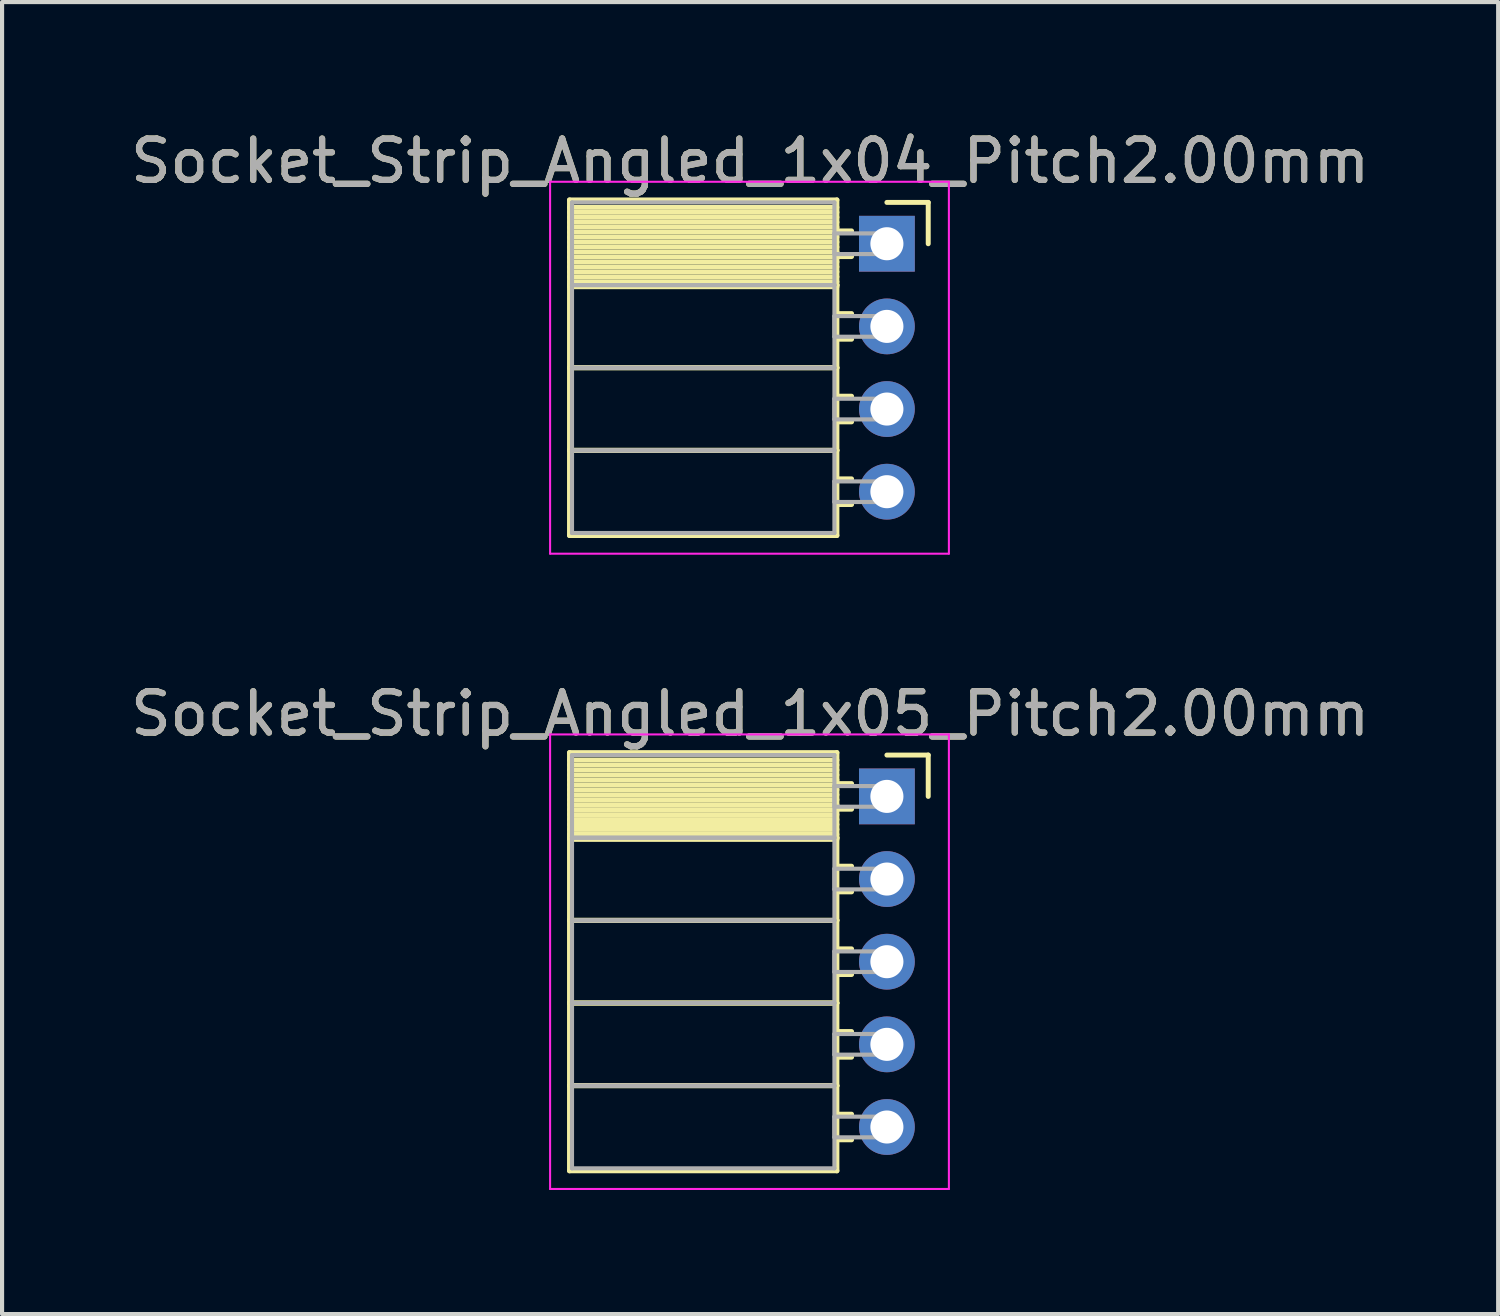
<source format=kicad_pcb>
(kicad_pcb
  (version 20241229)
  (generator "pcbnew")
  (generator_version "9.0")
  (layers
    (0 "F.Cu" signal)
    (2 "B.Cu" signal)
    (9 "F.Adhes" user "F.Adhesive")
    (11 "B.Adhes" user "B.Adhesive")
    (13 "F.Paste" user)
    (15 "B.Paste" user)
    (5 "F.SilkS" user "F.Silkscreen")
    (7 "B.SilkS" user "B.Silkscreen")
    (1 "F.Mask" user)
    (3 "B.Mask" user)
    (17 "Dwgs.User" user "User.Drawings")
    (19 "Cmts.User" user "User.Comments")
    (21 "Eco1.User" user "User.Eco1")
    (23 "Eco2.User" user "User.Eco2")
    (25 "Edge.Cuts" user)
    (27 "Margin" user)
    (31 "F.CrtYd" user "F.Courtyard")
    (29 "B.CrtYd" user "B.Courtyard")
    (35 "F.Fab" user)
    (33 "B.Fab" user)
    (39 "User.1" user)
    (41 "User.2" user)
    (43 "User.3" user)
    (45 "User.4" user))
  (footprint "Socket_Strip_Angled_1x04_Pitch2.00mm"
    (layer "F.Cu")
    (at 18.411 2.848)
    (property "Reference" "Socket_Strip_Angled_1x04_Pitch2.00mm" (at -3.31 -2 0) (layer "F.SilkS") (effects (font (size 1 1) (thickness 0.15))))
    (attr through_hole)
    (fp_line (start -7.68 -1.06) (end -1.21 -1.06) (stroke (width 0.12) (type solid)) (layer "F.SilkS"))
    (fp_line (start -7.68 1) (end -7.68 -1.06) (stroke (width 0.12) (type solid)) (layer "F.SilkS"))
    (fp_line (start -7.68 1) (end -1.21 1) (stroke (width 0.12) (type solid)) (layer "F.SilkS"))
    (fp_line (start -7.68 3) (end -7.68 1) (stroke (width 0.12) (type solid)) (layer "F.SilkS"))
    (fp_line (start -7.68 3) (end -1.21 3) (stroke (width 0.12) (type solid)) (layer "F.SilkS"))
    (fp_line (start -7.68 5) (end -7.68 3) (stroke (width 0.12) (type solid)) (layer "F.SilkS"))
    (fp_line (start -7.68 5) (end -1.21 5) (stroke (width 0.12) (type solid)) (layer "F.SilkS"))
    (fp_line (start -7.68 7.06) (end -7.68 5) (stroke (width 0.12) (type solid)) (layer "F.SilkS"))
    (fp_line (start -1.21 -1.06) (end -1.21 1) (stroke (width 0.12) (type solid)) (layer "F.SilkS"))
    (fp_line (start -1.21 -0.88) (end -7.68 -0.88) (stroke (width 0.12) (type solid)) (layer "F.SilkS"))
    (fp_line (start -1.21 -0.76) (end -7.68 -0.76) (stroke (width 0.12) (type solid)) (layer "F.SilkS"))
    (fp_line (start -1.21 -0.64) (end -7.68 -0.64) (stroke (width 0.12) (type solid)) (layer "F.SilkS"))
    (fp_line (start -1.21 -0.52) (end -7.68 -0.52) (stroke (width 0.12) (type solid)) (layer "F.SilkS"))
    (fp_line (start -1.21 -0.4) (end -7.68 -0.4) (stroke (width 0.12) (type solid)) (layer "F.SilkS"))
    (fp_line (start -1.21 -0.28) (end -7.68 -0.28) (stroke (width 0.12) (type solid)) (layer "F.SilkS"))
    (fp_line (start -1.21 -0.16) (end -7.68 -0.16) (stroke (width 0.12) (type solid)) (layer "F.SilkS"))
    (fp_line (start -1.21 -0.04) (end -7.68 -0.04) (stroke (width 0.12) (type solid)) (layer "F.SilkS"))
    (fp_line (start -1.21 0.08) (end -7.68 0.08) (stroke (width 0.12) (type solid)) (layer "F.SilkS"))
    (fp_line (start -1.21 0.2) (end -7.68 0.2) (stroke (width 0.12) (type solid)) (layer "F.SilkS"))
    (fp_line (start -1.21 0.32) (end -7.68 0.32) (stroke (width 0.12) (type solid)) (layer "F.SilkS"))
    (fp_line (start -1.21 0.44) (end -7.68 0.44) (stroke (width 0.12) (type solid)) (layer "F.SilkS"))
    (fp_line (start -1.21 0.56) (end -7.68 0.56) (stroke (width 0.12) (type solid)) (layer "F.SilkS"))
    (fp_line (start -1.21 0.68) (end -7.68 0.68) (stroke (width 0.12) (type solid)) (layer "F.SilkS"))
    (fp_line (start -1.21 0.8) (end -7.68 0.8) (stroke (width 0.12) (type solid)) (layer "F.SilkS"))
    (fp_line (start -1.21 0.92) (end -7.68 0.92) (stroke (width 0.12) (type solid)) (layer "F.SilkS"))
    (fp_line (start -1.21 1) (end -7.68 1) (stroke (width 0.12) (type solid)) (layer "F.SilkS"))
    (fp_line (start -1.21 1) (end -1.21 3) (stroke (width 0.12) (type solid)) (layer "F.SilkS"))
    (fp_line (start -1.21 1.04) (end -7.68 1.04) (stroke (width 0.12) (type solid)) (layer "F.SilkS"))
    (fp_line (start -1.21 3) (end -7.68 3) (stroke (width 0.12) (type solid)) (layer "F.SilkS"))
    (fp_line (start -1.21 3) (end -1.21 5) (stroke (width 0.12) (type solid)) (layer "F.SilkS"))
    (fp_line (start -1.21 5) (end -7.68 5) (stroke (width 0.12) (type solid)) (layer "F.SilkS"))
    (fp_line (start -1.21 5) (end -1.21 7.06) (stroke (width 0.12) (type solid)) (layer "F.SilkS"))
    (fp_line (start -1.21 7.06) (end -7.68 7.06) (stroke (width 0.12) (type solid)) (layer "F.SilkS"))
    (fp_line (start -0.855 -0.31) (end -1.21 -0.31) (stroke (width 0.12) (type solid)) (layer "F.SilkS"))
    (fp_line (start -0.855 0.31) (end -1.21 0.31) (stroke (width 0.12) (type solid)) (layer "F.SilkS"))
    (fp_line (start -0.855 1.69) (end -1.21 1.69) (stroke (width 0.12) (type solid)) (layer "F.SilkS"))
    (fp_line (start -0.855 2.31) (end -1.21 2.31) (stroke (width 0.12) (type solid)) (layer "F.SilkS"))
    (fp_line (start -0.855 3.69) (end -1.21 3.69) (stroke (width 0.12) (type solid)) (layer "F.SilkS"))
    (fp_line (start -0.855 4.31) (end -1.21 4.31) (stroke (width 0.12) (type solid)) (layer "F.SilkS"))
    (fp_line (start -0.855 5.69) (end -1.21 5.69) (stroke (width 0.12) (type solid)) (layer "F.SilkS"))
    (fp_line (start -0.855 6.31) (end -1.21 6.31) (stroke (width 0.12) (type solid)) (layer "F.SilkS"))
    (fp_line (start 0 -1) (end 1 -1) (stroke (width 0.12) (type solid)) (layer "F.SilkS"))
    (fp_line (start 1 -1) (end 1 0) (stroke (width 0.12) (type solid)) (layer "F.SilkS"))
    (fp_line (start -8.15 -1.5) (end 1.5 -1.5) (stroke (width 0.05) (type solid)) (layer "F.CrtYd"))
    (fp_line (start -8.15 7.5) (end -8.15 -1.5) (stroke (width 0.05) (type solid)) (layer "F.CrtYd"))
    (fp_line (start 1.5 -1.5) (end 1.5 7.5) (stroke (width 0.05) (type solid)) (layer "F.CrtYd"))
    (fp_line (start 1.5 7.5) (end -8.15 7.5) (stroke (width 0.05) (type solid)) (layer "F.CrtYd"))
    (fp_line (start -7.62 -1) (end -1.27 -1) (stroke (width 0.1) (type solid)) (layer "F.Fab"))
    (fp_line (start -7.62 1) (end -7.62 -1) (stroke (width 0.1) (type solid)) (layer "F.Fab"))
    (fp_line (start -7.62 1) (end -1.27 1) (stroke (width 0.1) (type solid)) (layer "F.Fab"))
    (fp_line (start -7.62 3) (end -7.62 1) (stroke (width 0.1) (type solid)) (layer "F.Fab"))
    (fp_line (start -7.62 3) (end -1.27 3) (stroke (width 0.1) (type solid)) (layer "F.Fab"))
    (fp_line (start -7.62 5) (end -7.62 3) (stroke (width 0.1) (type solid)) (layer "F.Fab"))
    (fp_line (start -7.62 5) (end -1.27 5) (stroke (width 0.1) (type solid)) (layer "F.Fab"))
    (fp_line (start -7.62 7) (end -7.62 5) (stroke (width 0.1) (type solid)) (layer "F.Fab"))
    (fp_line (start -1.27 -1) (end -1.27 1) (stroke (width 0.1) (type solid)) (layer "F.Fab"))
    (fp_line (start -1.27 -0.25) (end 0 -0.25) (stroke (width 0.1) (type solid)) (layer "F.Fab"))
    (fp_line (start -1.27 0.25) (end -1.27 -0.25) (stroke (width 0.1) (type solid)) (layer "F.Fab"))
    (fp_line (start -1.27 1) (end -7.62 1) (stroke (width 0.1) (type solid)) (layer "F.Fab"))
    (fp_line (start -1.27 1) (end -1.27 3) (stroke (width 0.1) (type solid)) (layer "F.Fab"))
    (fp_line (start -1.27 1.75) (end 0 1.75) (stroke (width 0.1) (type solid)) (layer "F.Fab"))
    (fp_line (start -1.27 2.25) (end -1.27 1.75) (stroke (width 0.1) (type solid)) (layer "F.Fab"))
    (fp_line (start -1.27 3) (end -7.62 3) (stroke (width 0.1) (type solid)) (layer "F.Fab"))
    (fp_line (start -1.27 3) (end -1.27 5) (stroke (width 0.1) (type solid)) (layer "F.Fab"))
    (fp_line (start -1.27 3.75) (end 0 3.75) (stroke (width 0.1) (type solid)) (layer "F.Fab"))
    (fp_line (start -1.27 4.25) (end -1.27 3.75) (stroke (width 0.1) (type solid)) (layer "F.Fab"))
    (fp_line (start -1.27 5) (end -7.62 5) (stroke (width 0.1) (type solid)) (layer "F.Fab"))
    (fp_line (start -1.27 5) (end -1.27 7) (stroke (width 0.1) (type solid)) (layer "F.Fab"))
    (fp_line (start -1.27 5.75) (end 0 5.75) (stroke (width 0.1) (type solid)) (layer "F.Fab"))
    (fp_line (start -1.27 6.25) (end -1.27 5.75) (stroke (width 0.1) (type solid)) (layer "F.Fab"))
    (fp_line (start -1.27 7) (end -7.62 7) (stroke (width 0.1) (type solid)) (layer "F.Fab"))
    (fp_line (start 0 -0.25) (end 0 0.25) (stroke (width 0.1) (type solid)) (layer "F.Fab"))
    (fp_line (start 0 0.25) (end -1.27 0.25) (stroke (width 0.1) (type solid)) (layer "F.Fab"))
    (fp_line (start 0 1.75) (end 0 2.25) (stroke (width 0.1) (type solid)) (layer "F.Fab"))
    (fp_line (start 0 2.25) (end -1.27 2.25) (stroke (width 0.1) (type solid)) (layer "F.Fab"))
    (fp_line (start 0 3.75) (end 0 4.25) (stroke (width 0.1) (type solid)) (layer "F.Fab"))
    (fp_line (start 0 4.25) (end -1.27 4.25) (stroke (width 0.1) (type solid)) (layer "F.Fab"))
    (fp_line (start 0 5.75) (end 0 6.25) (stroke (width 0.1) (type solid)) (layer "F.Fab"))
    (fp_line (start 0 6.25) (end -1.27 6.25) (stroke (width 0.1) (type solid)) (layer "F.Fab"))
    (fp_text user "${REFERENCE}" (at -3.31 -2 0) (layer "F.Fab") (effects (font (size 1 1) (thickness 0.15))))
    (pad "1" thru_hole rect (at 0 0) (size 1.35 1.35) (drill 0.8) (layers "*.Cu" "*.Mask"))
    (pad "2" thru_hole oval (at 0 2) (size 1.35 1.35) (drill 0.8) (layers "*.Cu" "*.Mask"))
    (pad "3" thru_hole oval (at 0 4) (size 1.35 1.35) (drill 0.8) (layers "*.Cu" "*.Mask"))
    (pad "4" thru_hole oval (at 0 6) (size 1.35 1.35) (drill 0.8) (layers "*.Cu" "*.Mask")))
  (footprint "Socket_Strip_Angled_1x05_Pitch2.00mm"
    (layer "F.Cu")
    (at 18.411 16.221)
    (property "Reference" "Socket_Strip_Angled_1x05_Pitch2.00mm" (at -3.31 -2 0) (layer "F.SilkS") (effects (font (size 1 1) (thickness 0.15))))
    (attr through_hole)
    (fp_line (start -7.68 -1.06) (end -1.21 -1.06) (stroke (width 0.12) (type solid)) (layer "F.SilkS"))
    (fp_line (start -7.68 1) (end -7.68 -1.06) (stroke (width 0.12) (type solid)) (layer "F.SilkS"))
    (fp_line (start -7.68 1) (end -1.21 1) (stroke (width 0.12) (type solid)) (layer "F.SilkS"))
    (fp_line (start -7.68 3) (end -7.68 1) (stroke (width 0.12) (type solid)) (layer "F.SilkS"))
    (fp_line (start -7.68 3) (end -1.21 3) (stroke (width 0.12) (type solid)) (layer "F.SilkS"))
    (fp_line (start -7.68 5) (end -7.68 3) (stroke (width 0.12) (type solid)) (layer "F.SilkS"))
    (fp_line (start -7.68 5) (end -1.21 5) (stroke (width 0.12) (type solid)) (layer "F.SilkS"))
    (fp_line (start -7.68 7) (end -7.68 5) (stroke (width 0.12) (type solid)) (layer "F.SilkS"))
    (fp_line (start -7.68 7) (end -1.21 7) (stroke (width 0.12) (type solid)) (layer "F.SilkS"))
    (fp_line (start -7.68 9.06) (end -7.68 7) (stroke (width 0.12) (type solid)) (layer "F.SilkS"))
    (fp_line (start -1.21 -1.06) (end -1.21 1) (stroke (width 0.12) (type solid)) (layer "F.SilkS"))
    (fp_line (start -1.21 -0.88) (end -7.68 -0.88) (stroke (width 0.12) (type solid)) (layer "F.SilkS"))
    (fp_line (start -1.21 -0.76) (end -7.68 -0.76) (stroke (width 0.12) (type solid)) (layer "F.SilkS"))
    (fp_line (start -1.21 -0.64) (end -7.68 -0.64) (stroke (width 0.12) (type solid)) (layer "F.SilkS"))
    (fp_line (start -1.21 -0.52) (end -7.68 -0.52) (stroke (width 0.12) (type solid)) (layer "F.SilkS"))
    (fp_line (start -1.21 -0.4) (end -7.68 -0.4) (stroke (width 0.12) (type solid)) (layer "F.SilkS"))
    (fp_line (start -1.21 -0.28) (end -7.68 -0.28) (stroke (width 0.12) (type solid)) (layer "F.SilkS"))
    (fp_line (start -1.21 -0.16) (end -7.68 -0.16) (stroke (width 0.12) (type solid)) (layer "F.SilkS"))
    (fp_line (start -1.21 -0.04) (end -7.68 -0.04) (stroke (width 0.12) (type solid)) (layer "F.SilkS"))
    (fp_line (start -1.21 0.08) (end -7.68 0.08) (stroke (width 0.12) (type solid)) (layer "F.SilkS"))
    (fp_line (start -1.21 0.2) (end -7.68 0.2) (stroke (width 0.12) (type solid)) (layer "F.SilkS"))
    (fp_line (start -1.21 0.32) (end -7.68 0.32) (stroke (width 0.12) (type solid)) (layer "F.SilkS"))
    (fp_line (start -1.21 0.44) (end -7.68 0.44) (stroke (width 0.12) (type solid)) (layer "F.SilkS"))
    (fp_line (start -1.21 0.56) (end -7.68 0.56) (stroke (width 0.12) (type solid)) (layer "F.SilkS"))
    (fp_line (start -1.21 0.68) (end -7.68 0.68) (stroke (width 0.12) (type solid)) (layer "F.SilkS"))
    (fp_line (start -1.21 0.8) (end -7.68 0.8) (stroke (width 0.12) (type solid)) (layer "F.SilkS"))
    (fp_line (start -1.21 0.92) (end -7.68 0.92) (stroke (width 0.12) (type solid)) (layer "F.SilkS"))
    (fp_line (start -1.21 1) (end -7.68 1) (stroke (width 0.12) (type solid)) (layer "F.SilkS"))
    (fp_line (start -1.21 1) (end -1.21 3) (stroke (width 0.12) (type solid)) (layer "F.SilkS"))
    (fp_line (start -1.21 1.04) (end -7.68 1.04) (stroke (width 0.12) (type solid)) (layer "F.SilkS"))
    (fp_line (start -1.21 3) (end -7.68 3) (stroke (width 0.12) (type solid)) (layer "F.SilkS"))
    (fp_line (start -1.21 3) (end -1.21 5) (stroke (width 0.12) (type solid)) (layer "F.SilkS"))
    (fp_line (start -1.21 5) (end -7.68 5) (stroke (width 0.12) (type solid)) (layer "F.SilkS"))
    (fp_line (start -1.21 5) (end -1.21 7) (stroke (width 0.12) (type solid)) (layer "F.SilkS"))
    (fp_line (start -1.21 7) (end -7.68 7) (stroke (width 0.12) (type solid)) (layer "F.SilkS"))
    (fp_line (start -1.21 7) (end -1.21 9.06) (stroke (width 0.12) (type solid)) (layer "F.SilkS"))
    (fp_line (start -1.21 9.06) (end -7.68 9.06) (stroke (width 0.12) (type solid)) (layer "F.SilkS"))
    (fp_line (start -0.855 -0.31) (end -1.21 -0.31) (stroke (width 0.12) (type solid)) (layer "F.SilkS"))
    (fp_line (start -0.855 0.31) (end -1.21 0.31) (stroke (width 0.12) (type solid)) (layer "F.SilkS"))
    (fp_line (start -0.855 1.69) (end -1.21 1.69) (stroke (width 0.12) (type solid)) (layer "F.SilkS"))
    (fp_line (start -0.855 2.31) (end -1.21 2.31) (stroke (width 0.12) (type solid)) (layer "F.SilkS"))
    (fp_line (start -0.855 3.69) (end -1.21 3.69) (stroke (width 0.12) (type solid)) (layer "F.SilkS"))
    (fp_line (start -0.855 4.31) (end -1.21 4.31) (stroke (width 0.12) (type solid)) (layer "F.SilkS"))
    (fp_line (start -0.855 5.69) (end -1.21 5.69) (stroke (width 0.12) (type solid)) (layer "F.SilkS"))
    (fp_line (start -0.855 6.31) (end -1.21 6.31) (stroke (width 0.12) (type solid)) (layer "F.SilkS"))
    (fp_line (start -0.855 7.69) (end -1.21 7.69) (stroke (width 0.12) (type solid)) (layer "F.SilkS"))
    (fp_line (start -0.855 8.31) (end -1.21 8.31) (stroke (width 0.12) (type solid)) (layer "F.SilkS"))
    (fp_line (start 0 -1) (end 1 -1) (stroke (width 0.12) (type solid)) (layer "F.SilkS"))
    (fp_line (start 1 -1) (end 1 0) (stroke (width 0.12) (type solid)) (layer "F.SilkS"))
    (fp_line (start -8.15 -1.5) (end 1.5 -1.5) (stroke (width 0.05) (type solid)) (layer "F.CrtYd"))
    (fp_line (start -8.15 9.5) (end -8.15 -1.5) (stroke (width 0.05) (type solid)) (layer "F.CrtYd"))
    (fp_line (start 1.5 -1.5) (end 1.5 9.5) (stroke (width 0.05) (type solid)) (layer "F.CrtYd"))
    (fp_line (start 1.5 9.5) (end -8.15 9.5) (stroke (width 0.05) (type solid)) (layer "F.CrtYd"))
    (fp_line (start -7.62 -1) (end -1.27 -1) (stroke (width 0.1) (type solid)) (layer "F.Fab"))
    (fp_line (start -7.62 1) (end -7.62 -1) (stroke (width 0.1) (type solid)) (layer "F.Fab"))
    (fp_line (start -7.62 1) (end -1.27 1) (stroke (width 0.1) (type solid)) (layer "F.Fab"))
    (fp_line (start -7.62 3) (end -7.62 1) (stroke (width 0.1) (type solid)) (layer "F.Fab"))
    (fp_line (start -7.62 3) (end -1.27 3) (stroke (width 0.1) (type solid)) (layer "F.Fab"))
    (fp_line (start -7.62 5) (end -7.62 3) (stroke (width 0.1) (type solid)) (layer "F.Fab"))
    (fp_line (start -7.62 5) (end -1.27 5) (stroke (width 0.1) (type solid)) (layer "F.Fab"))
    (fp_line (start -7.62 7) (end -7.62 5) (stroke (width 0.1) (type solid)) (layer "F.Fab"))
    (fp_line (start -7.62 7) (end -1.27 7) (stroke (width 0.1) (type solid)) (layer "F.Fab"))
    (fp_line (start -7.62 9) (end -7.62 7) (stroke (width 0.1) (type solid)) (layer "F.Fab"))
    (fp_line (start -1.27 -1) (end -1.27 1) (stroke (width 0.1) (type solid)) (layer "F.Fab"))
    (fp_line (start -1.27 -0.25) (end 0 -0.25) (stroke (width 0.1) (type solid)) (layer "F.Fab"))
    (fp_line (start -1.27 0.25) (end -1.27 -0.25) (stroke (width 0.1) (type solid)) (layer "F.Fab"))
    (fp_line (start -1.27 1) (end -7.62 1) (stroke (width 0.1) (type solid)) (layer "F.Fab"))
    (fp_line (start -1.27 1) (end -1.27 3) (stroke (width 0.1) (type solid)) (layer "F.Fab"))
    (fp_line (start -1.27 1.75) (end 0 1.75) (stroke (width 0.1) (type solid)) (layer "F.Fab"))
    (fp_line (start -1.27 2.25) (end -1.27 1.75) (stroke (width 0.1) (type solid)) (layer "F.Fab"))
    (fp_line (start -1.27 3) (end -7.62 3) (stroke (width 0.1) (type solid)) (layer "F.Fab"))
    (fp_line (start -1.27 3) (end -1.27 5) (stroke (width 0.1) (type solid)) (layer "F.Fab"))
    (fp_line (start -1.27 3.75) (end 0 3.75) (stroke (width 0.1) (type solid)) (layer "F.Fab"))
    (fp_line (start -1.27 4.25) (end -1.27 3.75) (stroke (width 0.1) (type solid)) (layer "F.Fab"))
    (fp_line (start -1.27 5) (end -7.62 5) (stroke (width 0.1) (type solid)) (layer "F.Fab"))
    (fp_line (start -1.27 5) (end -1.27 7) (stroke (width 0.1) (type solid)) (layer "F.Fab"))
    (fp_line (start -1.27 5.75) (end 0 5.75) (stroke (width 0.1) (type solid)) (layer "F.Fab"))
    (fp_line (start -1.27 6.25) (end -1.27 5.75) (stroke (width 0.1) (type solid)) (layer "F.Fab"))
    (fp_line (start -1.27 7) (end -7.62 7) (stroke (width 0.1) (type solid)) (layer "F.Fab"))
    (fp_line (start -1.27 7) (end -1.27 9) (stroke (width 0.1) (type solid)) (layer "F.Fab"))
    (fp_line (start -1.27 7.75) (end 0 7.75) (stroke (width 0.1) (type solid)) (layer "F.Fab"))
    (fp_line (start -1.27 8.25) (end -1.27 7.75) (stroke (width 0.1) (type solid)) (layer "F.Fab"))
    (fp_line (start -1.27 9) (end -7.62 9) (stroke (width 0.1) (type solid)) (layer "F.Fab"))
    (fp_line (start 0 -0.25) (end 0 0.25) (stroke (width 0.1) (type solid)) (layer "F.Fab"))
    (fp_line (start 0 0.25) (end -1.27 0.25) (stroke (width 0.1) (type solid)) (layer "F.Fab"))
    (fp_line (start 0 1.75) (end 0 2.25) (stroke (width 0.1) (type solid)) (layer "F.Fab"))
    (fp_line (start 0 2.25) (end -1.27 2.25) (stroke (width 0.1) (type solid)) (layer "F.Fab"))
    (fp_line (start 0 3.75) (end 0 4.25) (stroke (width 0.1) (type solid)) (layer "F.Fab"))
    (fp_line (start 0 4.25) (end -1.27 4.25) (stroke (width 0.1) (type solid)) (layer "F.Fab"))
    (fp_line (start 0 5.75) (end 0 6.25) (stroke (width 0.1) (type solid)) (layer "F.Fab"))
    (fp_line (start 0 6.25) (end -1.27 6.25) (stroke (width 0.1) (type solid)) (layer "F.Fab"))
    (fp_line (start 0 7.75) (end 0 8.25) (stroke (width 0.1) (type solid)) (layer "F.Fab"))
    (fp_line (start 0 8.25) (end -1.27 8.25) (stroke (width 0.1) (type solid)) (layer "F.Fab"))
    (fp_text user "${REFERENCE}" (at -3.31 -2 0) (layer "F.Fab") (effects (font (size 1 1) (thickness 0.15))))
    (pad "1" thru_hole rect (at 0 0) (size 1.35 1.35) (drill 0.8) (layers "*.Cu" "*.Mask"))
    (pad "2" thru_hole oval (at 0 2) (size 1.35 1.35) (drill 0.8) (layers "*.Cu" "*.Mask"))
    (pad "3" thru_hole oval (at 0 4) (size 1.35 1.35) (drill 0.8) (layers "*.Cu" "*.Mask"))
    (pad "4" thru_hole oval (at 0 6) (size 1.35 1.35) (drill 0.8) (layers "*.Cu" "*.Mask"))
    (pad "5" thru_hole oval (at 0 8) (size 1.35 1.35) (drill 0.8) (layers "*.Cu" "*.Mask")))
  (gr_rect
    (start -3 -3)
    (end 33.202 28.747)
    (stroke (width 0.1) (type default))
    (fill no)
    (layer "Edge.Cuts")))
</source>
